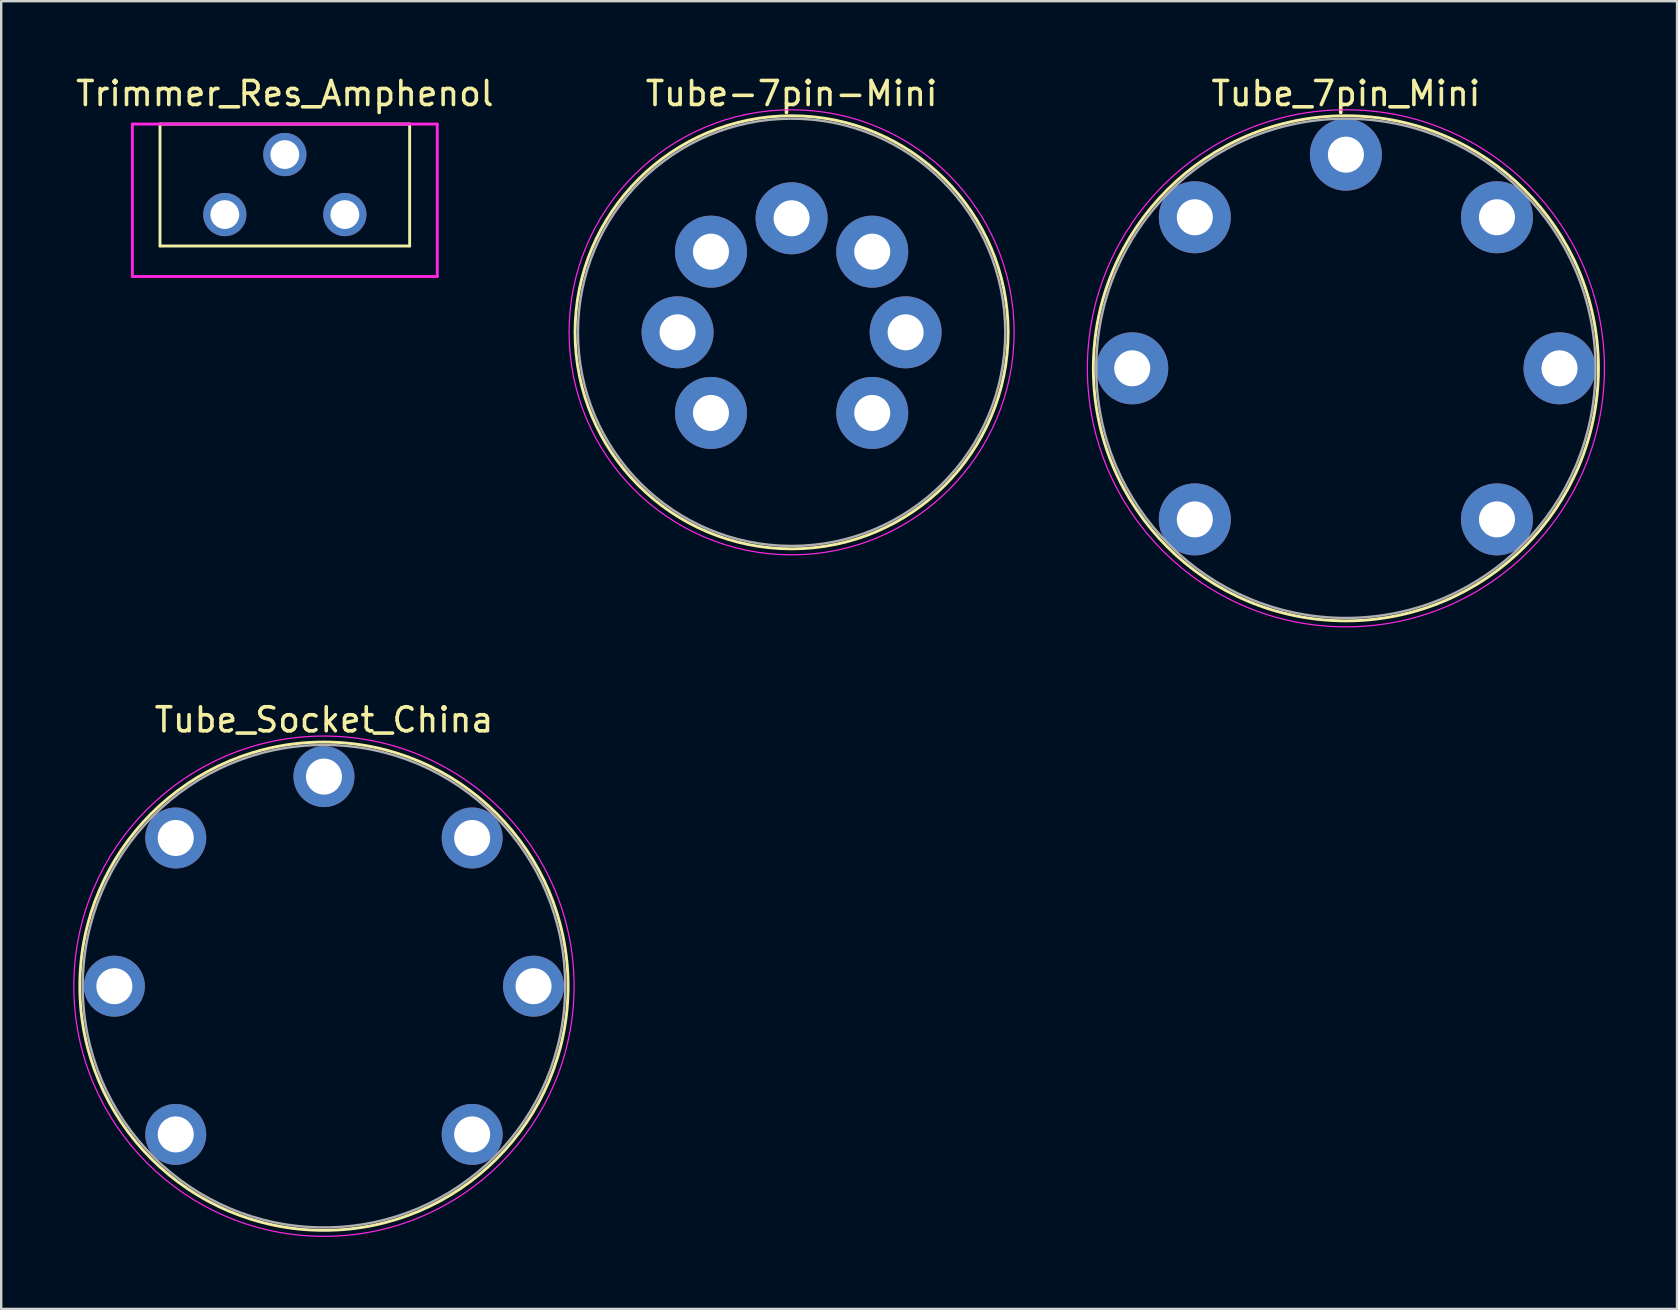
<source format=kicad_pcb>
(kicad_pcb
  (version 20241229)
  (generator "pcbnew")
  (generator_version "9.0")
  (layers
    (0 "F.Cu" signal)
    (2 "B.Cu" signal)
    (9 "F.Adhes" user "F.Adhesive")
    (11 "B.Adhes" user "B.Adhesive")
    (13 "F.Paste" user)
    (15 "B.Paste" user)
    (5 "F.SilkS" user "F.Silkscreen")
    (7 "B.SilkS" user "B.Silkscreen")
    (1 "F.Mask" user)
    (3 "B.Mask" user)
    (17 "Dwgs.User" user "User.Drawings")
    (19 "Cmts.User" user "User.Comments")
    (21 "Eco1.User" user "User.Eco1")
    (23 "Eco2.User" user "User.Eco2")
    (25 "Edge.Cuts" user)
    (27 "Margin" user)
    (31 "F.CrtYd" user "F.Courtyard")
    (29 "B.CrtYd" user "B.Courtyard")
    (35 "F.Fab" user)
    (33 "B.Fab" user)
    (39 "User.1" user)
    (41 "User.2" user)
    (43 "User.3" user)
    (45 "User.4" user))
  (footprint "Tube-7pin-Mini"
    (layer "F.Cu")
    (at 29.926 10.793)
    (property "Reference" "Tube-7pin-Mini" (at 0 -9.945 0) (layer "F.SilkS") (effects (font (size 1 1) (thickness 0.15))))
    (attr through_hole)
    (fp_circle (center 0 0) (end 0 9.02) (stroke (width 0.12) (type solid)) (fill no) (layer "F.SilkS"))
    (fp_circle (center 0 0) (end 0 9.27) (stroke (width 0.05) (type solid)) (fill no) (layer "F.CrtYd"))
    (fp_circle (center 0 0) (end 0 8.9) (stroke (width 0.1) (type solid)) (fill no) (layer "F.Fab"))
    (pad "1" thru_hole oval (at -3.359 3.359) (size 3 3) (drill 1.5) (layers "*.Cu" "*.Mask"))
    (pad "2" thru_hole oval (at -4.75 0) (size 3 3) (drill 1.5) (layers "*.Cu" "*.Mask"))
    (pad "3" thru_hole oval (at -3.359 -3.359) (size 3 3) (drill 1.5) (layers "*.Cu" "*.Mask"))
    (pad "4" thru_hole oval (at 0 -4.75) (size 3 3) (drill 1.5) (layers "*.Cu" "*.Mask"))
    (pad "5" thru_hole oval (at 3.359 -3.359) (size 3 3) (drill 1.5) (layers "*.Cu" "*.Mask"))
    (pad "6" thru_hole oval (at 4.75 0) (size 3 3) (drill 1.5) (layers "*.Cu" "*.Mask"))
    (pad "7" thru_hole oval (at 3.359 3.359) (size 3 3) (drill 1.5) (layers "*.Cu" "*.Mask")))
  (footprint "Trimmer_Res_Amphenol"
    (layer "F.Cu")
    (at 8.815 3.388)
    (property "Reference" "Trimmer_Res_Amphenol" (at 0 -2.54 0) (layer "F.SilkS") (effects (font (size 1 1) (thickness 0.15))))
    (attr through_hole)
    (fp_line (start -5.2 -1.27) (end 5.2 -1.27) (stroke (width 0.12) (type solid)) (layer "F.SilkS"))
    (fp_line (start -5.2 3.81) (end -5.2 -1.27) (stroke (width 0.12) (type solid)) (layer "F.SilkS"))
    (fp_line (start -5.2 3.81) (end 5.2 3.81) (stroke (width 0.12) (type solid)) (layer "F.SilkS"))
    (fp_line (start 5.2 -1.27) (end 5.2 3.81) (stroke (width 0.12) (type solid)) (layer "F.SilkS"))
    (fp_line (start -6.35 -1.27) (end 6.35 -1.27) (stroke (width 0.12) (type solid)) (layer "F.CrtYd"))
    (fp_line (start -6.35 5.08) (end -6.35 -1.27) (stroke (width 0.12) (type solid)) (layer "F.CrtYd"))
    (fp_line (start 6.35 -1.27) (end 6.35 5.08) (stroke (width 0.12) (type solid)) (layer "F.CrtYd"))
    (fp_line (start 6.35 5.08) (end -6.35 5.08) (stroke (width 0.12) (type solid)) (layer "F.CrtYd"))
    (pad "1" thru_hole circle (at -2.5 2.5) (size 1.8 1.8) (drill 1.2) (layers "*.Cu" "*.Mask"))
    (pad "2" thru_hole circle (at 0 0) (size 1.8 1.8) (drill 1.2) (layers "*.Cu" "*.Mask"))
    (pad "3" thru_hole circle (at 2.5 2.5) (size 1.8 1.8) (drill 1.2) (layers "*.Cu" "*.Mask")))
  (footprint "Tube_7pin_Mini"
    (layer "F.Cu")
    (at 53.016 12.293)
    (property "Reference" "Tube_7pin_Mini" (at 0 -11.445 0) (layer "F.SilkS") (effects (font (size 1 1) (thickness 0.15))))
    (attr through_hole)
    (fp_circle (center 0 0) (end 0 10.52) (stroke (width 0.12) (type solid)) (fill no) (layer "F.SilkS"))
    (fp_circle (center 0 0) (end 0 10.77) (stroke (width 0.05) (type solid)) (fill no) (layer "F.CrtYd"))
    (fp_circle (center 0 0) (end 0 10.4) (stroke (width 0.1) (type solid)) (fill no) (layer "F.Fab"))
    (pad "1" thru_hole oval (at -6.293 6.293) (size 3 3) (drill 1.5) (layers "*.Cu" "*.Mask"))
    (pad "2" thru_hole oval (at -8.9 0) (size 3 3) (drill 1.5) (layers "*.Cu" "*.Mask"))
    (pad "3" thru_hole oval (at -6.293 -6.293) (size 3 3) (drill 1.5) (layers "*.Cu" "*.Mask"))
    (pad "4" thru_hole oval (at 0 -8.9) (size 3 3) (drill 1.5) (layers "*.Cu" "*.Mask"))
    (pad "5" thru_hole oval (at 6.293 -6.293) (size 3 3) (drill 1.5) (layers "*.Cu" "*.Mask"))
    (pad "6" thru_hole oval (at 8.9 0) (size 3 3) (drill 1.5) (layers "*.Cu" "*.Mask"))
    (pad "7" thru_hole oval (at 6.293 6.293) (size 3 3) (drill 1.5) (layers "*.Cu" "*.Mask")))
  (footprint "Tube_Socket_China"
    (layer "F.Cu")
    (at 10.445 38.032)
    (property "Reference" "Tube_Socket_China" (at 0 -11.095 0) (layer "F.SilkS") (effects (font (size 1 1) (thickness 0.15))))
    (attr through_hole)
    (fp_circle (center 0 0) (end 0 10.17) (stroke (width 0.12) (type solid)) (fill no) (layer "F.SilkS"))
    (fp_circle (center 0 0) (end 0 10.42) (stroke (width 0.05) (type solid)) (fill no) (layer "F.CrtYd"))
    (fp_circle (center 0 0) (end 0 10.05) (stroke (width 0.1) (type solid)) (fill no) (layer "F.Fab"))
    (pad "1" thru_hole oval (at 6.174 6.174) (size 2.54 2.54) (drill 1.5) (layers "*.Cu" "*.Mask"))
    (pad "2" thru_hole oval (at 8.731 0) (size 2.54 2.54) (drill 1.5) (layers "*.Cu" "*.Mask"))
    (pad "3" thru_hole oval (at 6.174 -6.174) (size 2.54 2.54) (drill 1.5) (layers "*.Cu" "*.Mask"))
    (pad "4" thru_hole oval (at 0 -8.731) (size 2.54 2.54) (drill 1.5) (layers "*.Cu" "*.Mask"))
    (pad "5" thru_hole oval (at -6.174 -6.174) (size 2.54 2.54) (drill 1.5) (layers "*.Cu" "*.Mask"))
    (pad "6" thru_hole oval (at -8.731 0) (size 2.54 2.54) (drill 1.5) (layers "*.Cu" "*.Mask"))
    (pad "7" thru_hole oval (at -6.174 6.174) (size 2.54 2.54) (drill 1.5) (layers "*.Cu" "*.Mask")))
  (gr_rect
    (start -3 -3)
    (end 66.811 51.477)
    (stroke (width 0.1) (type default))
    (fill no)
    (layer "Edge.Cuts")))
</source>
